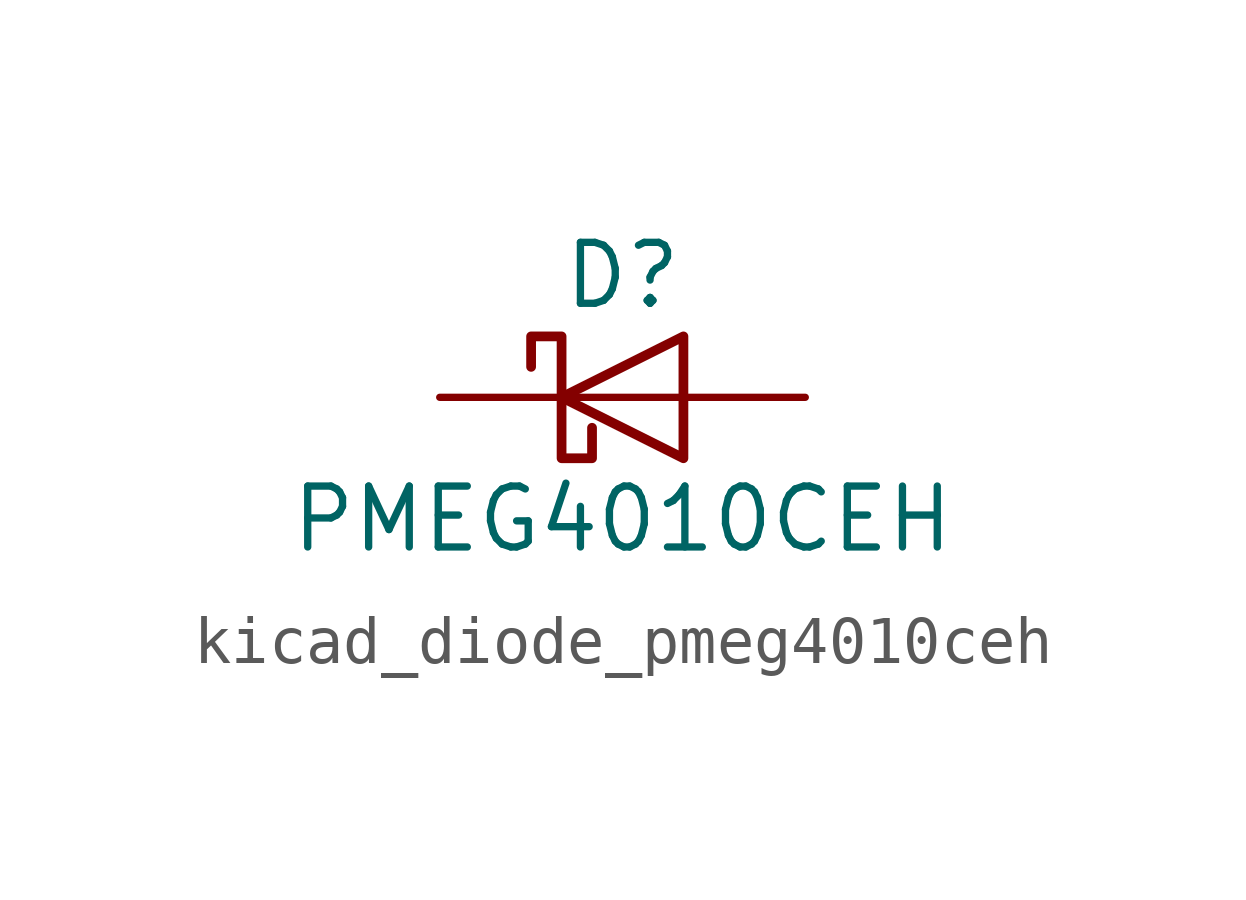
<source format=kicad_sym>
(kicad_symbol_lib
  (version 20220914)
  (generator kicad_symbol_editor)
  (symbol "kicad_diode_pmeg4010ceh"
    (pin_numbers hide)
    (pin_names hide)
    (property "Reference" "D"
      (at 0 2.54 0)
      (effects (font (size 1.27 1.27))))
    (property "Value" "PMEG4010CEH"
      (at 0 -2.54 0)
      (effects (font (size 1.27 1.27))))
    (symbol "kicad_diode_pmeg4010ceh_0_1"
      (polyline (pts (xy 1.27 0) (xy -1.27 0)) (stroke (width 0) (type default)) (fill (type none)))
      (polyline (pts (xy 1.27 1.27) (xy 1.27 -1.27) (xy -1.27 0) (xy 1.27 1.27)) (stroke (width 0.203) (type default)) (fill (type none)))
      (polyline (pts (xy -1.905 0.635) (xy -1.905 1.27) (xy -1.27 1.27) (xy -1.27 -1.27) (xy -0.635 -1.27) (xy -0.635 -0.635)) (stroke (width 0.203) (type default)) (fill (type none))))
    (symbol "kicad_diode_pmeg4010ceh_1_1"
      (pin passive line (at -3.81 0 0) (length 2.54) (name "K" (effects (font (size 1.27 1.27)))) (number "1" (effects (font (size 1.27 1.27)))))
      (pin passive line (at 3.81 0 180) (length 2.54) (name "A" (effects (font (size 1.27 1.27)))) (number "2" (effects (font (size 1.27 1.27))))))))
</source>
